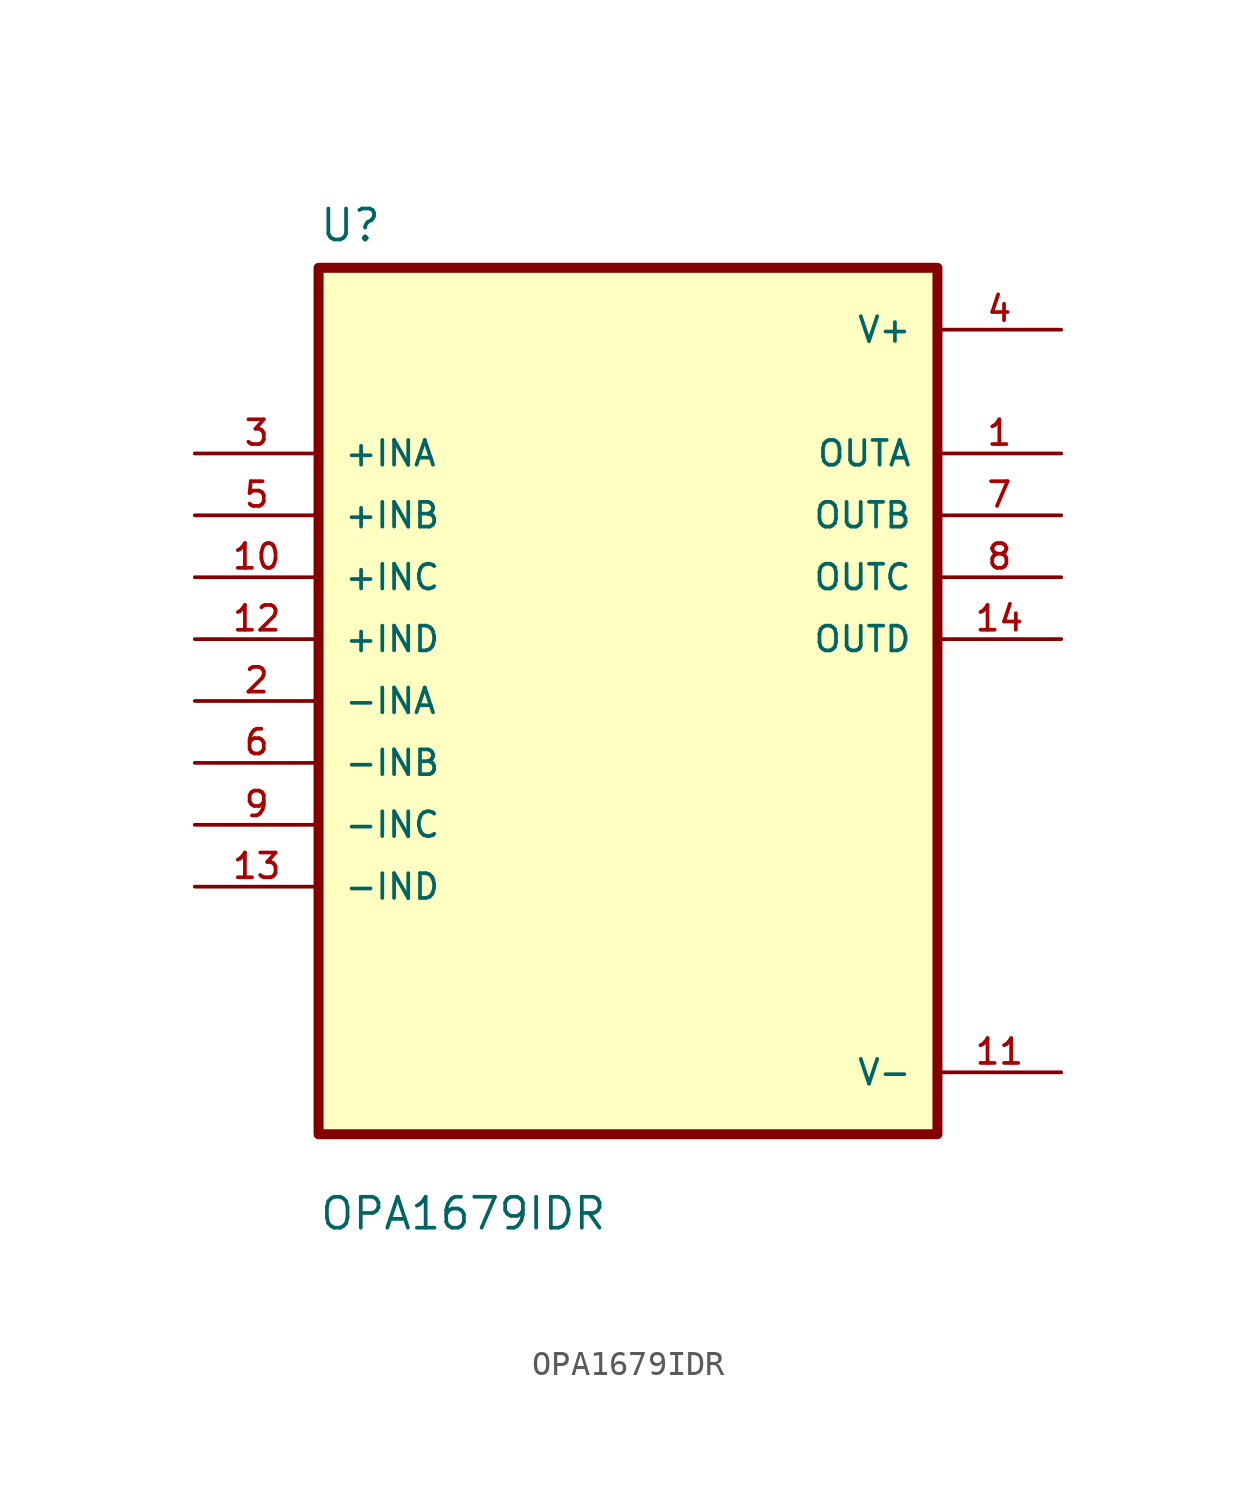
<source format=kicad_sym>
(kicad_symbol_lib
  (version 20211014)
  (generator kicad_symbol_editor)
  (symbol "OPA1679IDR"
    (pin_names
      (offset 1.016))
    (property "Reference" "U"
      (at -12.7 18.78 0.0)
      (effects (font (size 1.27 1.27)) (justify bottom left)))
    (property "Value" "OPA1679IDR"
      (at -12.7 -21.78 0.0)
      (effects (font (size 1.27 1.27)) (justify bottom left)))
    (symbol "OPA1679IDR_0_0"
      (rectangle (start -12.7 -17.78) (end 12.7 17.78) (stroke (width 0.41)) (fill (type background)))
      (pin input line (at -17.78 10.16 0) (length 5.08) (name "+INA" (effects (font (size 1.016 1.016)))) (number "3" (effects (font (size 1.016 1.016)))))
      (pin input line (at -17.78 7.62 0) (length 5.08) (name "+INB" (effects (font (size 1.016 1.016)))) (number "5" (effects (font (size 1.016 1.016)))))
      (pin input line (at -17.78 5.08 0) (length 5.08) (name "+INC" (effects (font (size 1.016 1.016)))) (number "10" (effects (font (size 1.016 1.016)))))
      (pin input line (at -17.78 2.54 0) (length 5.08) (name "+IND" (effects (font (size 1.016 1.016)))) (number "12" (effects (font (size 1.016 1.016)))))
      (pin input line (at -17.78 0.0 0) (length 5.08) (name "-INA" (effects (font (size 1.016 1.016)))) (number "2" (effects (font (size 1.016 1.016)))))
      (pin input line (at -17.78 -2.54 0) (length 5.08) (name "-INB" (effects (font (size 1.016 1.016)))) (number "6" (effects (font (size 1.016 1.016)))))
      (pin input line (at -17.78 -5.08 0) (length 5.08) (name "-INC" (effects (font (size 1.016 1.016)))) (number "9" (effects (font (size 1.016 1.016)))))
      (pin input line (at -17.78 -7.62 0) (length 5.08) (name "-IND" (effects (font (size 1.016 1.016)))) (number "13" (effects (font (size 1.016 1.016)))))
      (pin power_in line (at 17.78 15.24 180.0) (length 5.08) (name "V+" (effects (font (size 1.016 1.016)))) (number "4" (effects (font (size 1.016 1.016)))))
      (pin output line (at 17.78 10.16 180.0) (length 5.08) (name "OUTA" (effects (font (size 1.016 1.016)))) (number "1" (effects (font (size 1.016 1.016)))))
      (pin output line (at 17.78 7.62 180.0) (length 5.08) (name "OUTB" (effects (font (size 1.016 1.016)))) (number "7" (effects (font (size 1.016 1.016)))))
      (pin output line (at 17.78 5.08 180.0) (length 5.08) (name "OUTC" (effects (font (size 1.016 1.016)))) (number "8" (effects (font (size 1.016 1.016)))))
      (pin output line (at 17.78 2.54 180.0) (length 5.08) (name "OUTD" (effects (font (size 1.016 1.016)))) (number "14" (effects (font (size 1.016 1.016)))))
      (pin power_in line (at 17.78 -15.24 180.0) (length 5.08) (name "V-" (effects (font (size 1.016 1.016)))) (number "11" (effects (font (size 1.016 1.016))))))))
</source>
